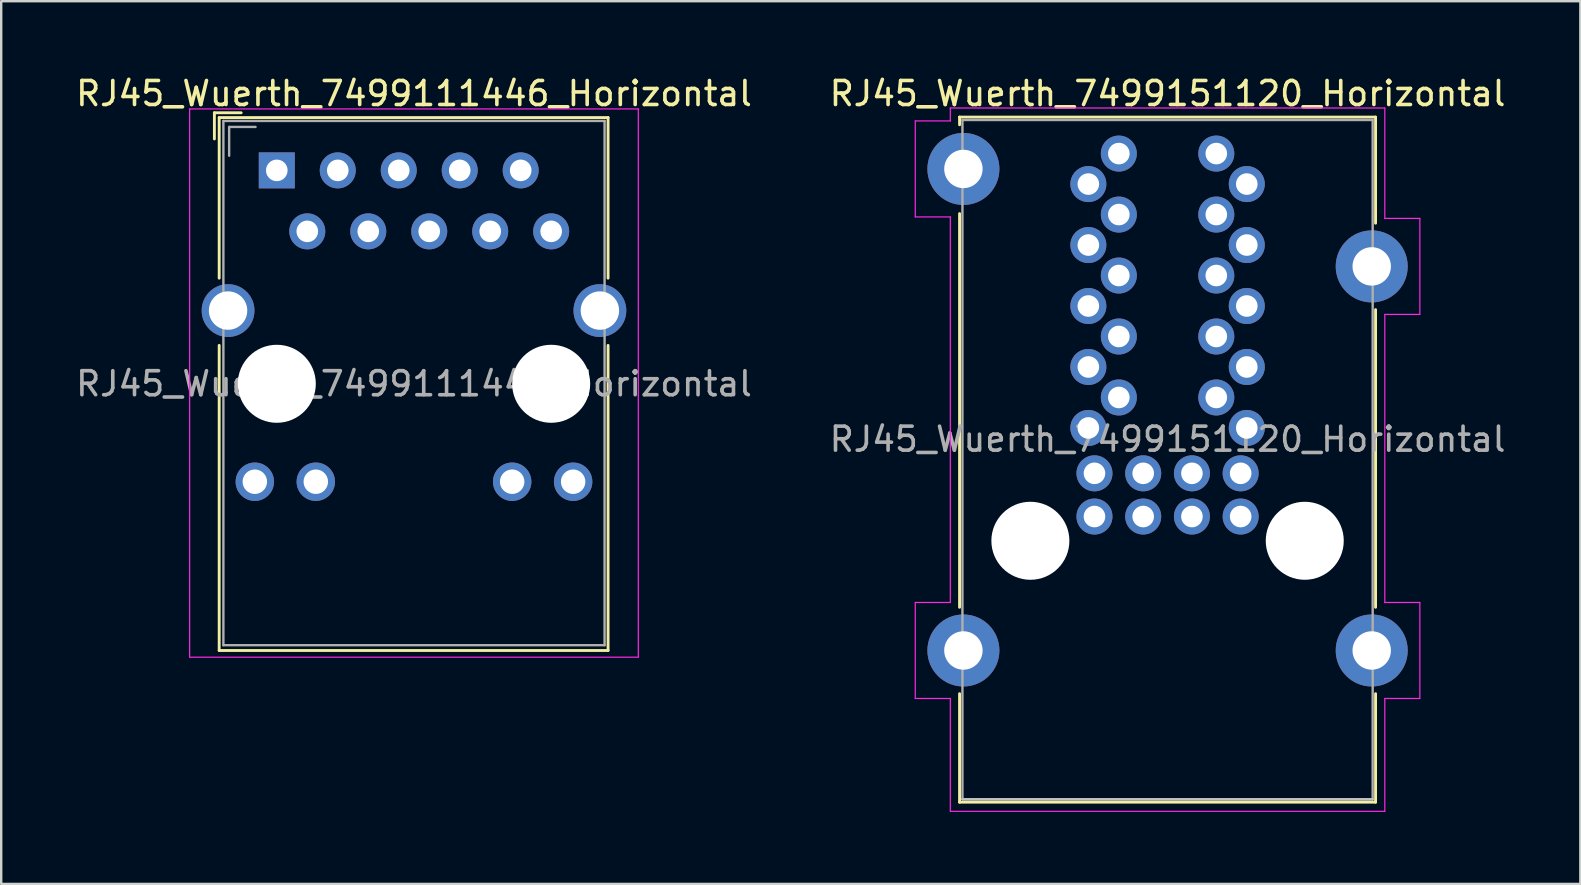
<source format=kicad_pcb>
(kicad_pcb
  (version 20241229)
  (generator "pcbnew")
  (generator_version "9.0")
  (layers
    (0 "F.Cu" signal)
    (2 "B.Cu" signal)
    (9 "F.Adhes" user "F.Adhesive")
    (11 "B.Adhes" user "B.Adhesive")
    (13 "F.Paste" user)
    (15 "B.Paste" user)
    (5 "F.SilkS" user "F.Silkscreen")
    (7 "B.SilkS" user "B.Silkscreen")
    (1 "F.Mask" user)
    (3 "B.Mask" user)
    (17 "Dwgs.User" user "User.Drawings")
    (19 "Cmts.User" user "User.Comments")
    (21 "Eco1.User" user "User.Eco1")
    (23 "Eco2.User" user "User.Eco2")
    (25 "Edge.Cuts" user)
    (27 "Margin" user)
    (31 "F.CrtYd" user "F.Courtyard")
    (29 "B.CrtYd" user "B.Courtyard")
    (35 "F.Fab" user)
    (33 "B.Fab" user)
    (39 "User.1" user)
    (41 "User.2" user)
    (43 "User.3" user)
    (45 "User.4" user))
  (footprint "RJ45_Wuerth_7499151120_Horizontal"
    (layer "F.Cu")
    (at 48.889 14.778)
    (property "Reference" "RJ45_Wuerth_7499151120_Horizontal" (at -3.3 -13.93 0) (layer "F.SilkS") (effects (font (size 1 1) (thickness 0.15))))
    (attr through_hole)
    (fp_line (start -11.965 -12.95) (end -11.965 -12.63) (stroke (width 0.12) (type solid)) (layer "F.SilkS"))
    (fp_line (start -11.965 -12.95) (end 5.365 -12.95) (stroke (width 0.12) (type solid)) (layer "F.SilkS"))
    (fp_line (start -11.965 -8.93) (end -11.965 7.47) (stroke (width 0.12) (type solid)) (layer "F.SilkS"))
    (fp_line (start -11.965 15.59) (end -11.965 11.07) (stroke (width 0.12) (type solid)) (layer "F.SilkS"))
    (fp_line (start 5.365 -12.95) (end 5.365 -8.53) (stroke (width 0.12) (type solid)) (layer "F.SilkS"))
    (fp_line (start 5.365 7.47) (end 5.365 -4.93) (stroke (width 0.12) (type solid)) (layer "F.SilkS"))
    (fp_line (start 5.365 15.59) (end -11.965 15.59) (stroke (width 0.12) (type solid)) (layer "F.SilkS"))
    (fp_line (start 5.365 15.59) (end 5.365 11.07) (stroke (width 0.12) (type solid)) (layer "F.SilkS"))
    (fp_line (start 5.245 15.47) (end -11.845 15.47) (stroke (width 0.1) (type solid)) (layer "Dwgs.User"))
    (fp_line (start -13.81 -12.79) (end -13.81 -8.79) (stroke (width 0.05) (type solid)) (layer "F.CrtYd"))
    (fp_line (start -13.81 -12.79) (end -12.35 -12.79) (stroke (width 0.05) (type solid)) (layer "F.CrtYd"))
    (fp_line (start -13.81 -8.79) (end -12.35 -8.79) (stroke (width 0.05) (type solid)) (layer "F.CrtYd"))
    (fp_line (start -13.81 7.27) (end -13.81 11.27) (stroke (width 0.05) (type solid)) (layer "F.CrtYd"))
    (fp_line (start -12.35 -13.33) (end -12.35 -12.79) (stroke (width 0.05) (type solid)) (layer "F.CrtYd"))
    (fp_line (start -12.35 -13.33) (end 5.75 -13.33) (stroke (width 0.05) (type solid)) (layer "F.CrtYd"))
    (fp_line (start -12.35 -8.79) (end -12.35 7.27) (stroke (width 0.05) (type solid)) (layer "F.CrtYd"))
    (fp_line (start -12.35 7.27) (end -13.81 7.27) (stroke (width 0.05) (type solid)) (layer "F.CrtYd"))
    (fp_line (start -12.35 11.27) (end -13.81 11.27) (stroke (width 0.05) (type solid)) (layer "F.CrtYd"))
    (fp_line (start -12.35 11.27) (end -12.35 15.97) (stroke (width 0.05) (type solid)) (layer "F.CrtYd"))
    (fp_line (start -12.35 15.97) (end 5.75 15.97) (stroke (width 0.05) (type solid)) (layer "F.CrtYd"))
    (fp_line (start 5.75 -13.33) (end 5.75 -8.73) (stroke (width 0.05) (type solid)) (layer "F.CrtYd"))
    (fp_line (start 5.75 -8.73) (end 7.21 -8.73) (stroke (width 0.05) (type solid)) (layer "F.CrtYd"))
    (fp_line (start 5.75 -4.73) (end 5.75 7.27) (stroke (width 0.05) (type solid)) (layer "F.CrtYd"))
    (fp_line (start 5.75 -4.73) (end 7.21 -4.73) (stroke (width 0.05) (type solid)) (layer "F.CrtYd"))
    (fp_line (start 5.75 7.27) (end 7.21 7.27) (stroke (width 0.05) (type solid)) (layer "F.CrtYd"))
    (fp_line (start 5.75 11.27) (end 5.75 15.97) (stroke (width 0.05) (type solid)) (layer "F.CrtYd"))
    (fp_line (start 5.75 11.27) (end 7.21 11.27) (stroke (width 0.05) (type solid)) (layer "F.CrtYd"))
    (fp_line (start 7.21 -8.73) (end 7.21 -4.73) (stroke (width 0.05) (type solid)) (layer "F.CrtYd"))
    (fp_line (start 7.21 7.27) (end 7.21 11.27) (stroke (width 0.05) (type solid)) (layer "F.CrtYd"))
    (fp_line (start -11.845 -12.83) (end 5.245 -12.83) (stroke (width 0.1) (type solid)) (layer "F.Fab"))
    (fp_line (start -11.845 15.47) (end -11.845 -12.83) (stroke (width 0.1) (type solid)) (layer "F.Fab"))
    (fp_line (start 5.245 -12.83) (end 5.245 15.47) (stroke (width 0.1) (type solid)) (layer "F.Fab"))
    (fp_line (start 5.245 15.47) (end -11.845 15.47) (stroke (width 0.1) (type solid)) (layer "F.Fab"))
    (fp_text user "${REFERENCE}" (at -3.3 0.47 0) (layer "F.Fab") (effects (font (size 1 1) (thickness 0.15))))
    (pad "" np_thru_hole circle (at -9.015 4.7) (size 3.25 3.25) (drill 3.25) (layers "*.Cu" "*.Mask"))
    (pad "" np_thru_hole circle (at 2.415 4.7) (size 3.25 3.25) (drill 3.25) (layers "*.Cu" "*.Mask"))
    (pad "1D" thru_hole circle (at -6.6 0) (size 1.5 1.5) (drill 0.9) (layers "*.Cu" "*.Mask"))
    (pad "1U" thru_hole circle (at 0 0) (size 1.5 1.5) (drill 0.9) (layers "*.Cu" "*.Mask"))
    (pad "2D" thru_hole circle (at -5.33 -1.27) (size 1.5 1.5) (drill 0.9) (layers "*.Cu" "*.Mask"))
    (pad "2U" thru_hole circle (at -1.27 -1.27) (size 1.5 1.5) (drill 0.9) (layers "*.Cu" "*.Mask"))
    (pad "3D" thru_hole circle (at -6.6 -2.54) (size 1.5 1.5) (drill 0.9) (layers "*.Cu" "*.Mask"))
    (pad "3U" thru_hole circle (at 0 -2.54) (size 1.5 1.5) (drill 0.9) (layers "*.Cu" "*.Mask"))
    (pad "4D" thru_hole circle (at -5.33 -3.81) (size 1.5 1.5) (drill 0.9) (layers "*.Cu" "*.Mask"))
    (pad "4U" thru_hole circle (at -1.27 -3.81) (size 1.5 1.5) (drill 0.9) (layers "*.Cu" "*.Mask"))
    (pad "5D" thru_hole circle (at -6.6 -5.08) (size 1.5 1.5) (drill 0.9) (layers "*.Cu" "*.Mask"))
    (pad "5U" thru_hole circle (at 0 -5.08) (size 1.5 1.5) (drill 0.9) (layers "*.Cu" "*.Mask"))
    (pad "6D" thru_hole circle (at -5.33 -6.35) (size 1.5 1.5) (drill 0.9) (layers "*.Cu" "*.Mask"))
    (pad "6U" thru_hole circle (at -1.27 -6.35) (size 1.5 1.5) (drill 0.9) (layers "*.Cu" "*.Mask"))
    (pad "7D" thru_hole circle (at -6.6 -7.62) (size 1.5 1.5) (drill 0.9) (layers "*.Cu" "*.Mask"))
    (pad "7U" thru_hole circle (at 0 -7.62) (size 1.5 1.5) (drill 0.9) (layers "*.Cu" "*.Mask"))
    (pad "8D" thru_hole circle (at -5.33 -8.89) (size 1.5 1.5) (drill 0.9) (layers "*.Cu" "*.Mask"))
    (pad "8U" thru_hole circle (at -1.27 -8.89) (size 1.5 1.5) (drill 0.9) (layers "*.Cu" "*.Mask"))
    (pad "9D" thru_hole circle (at -6.6 -10.16) (size 1.5 1.5) (drill 0.9) (layers "*.Cu" "*.Mask"))
    (pad "9U" thru_hole circle (at 0 -10.16) (size 1.5 1.5) (drill 0.9) (layers "*.Cu" "*.Mask"))
    (pad "10D" thru_hole circle (at -5.33 -11.43) (size 1.5 1.5) (drill 0.9) (layers "*.Cu" "*.Mask"))
    (pad "10U" thru_hole circle (at -1.27 -11.43) (size 1.5 1.5) (drill 0.9) (layers "*.Cu" "*.Mask"))
    (pad "11D" thru_hole circle (at -0.255 3.69) (size 1.5 1.5) (drill 0.9) (layers "*.Cu" "*.Mask"))
    (pad "11U" thru_hole circle (at -0.255 1.89) (size 1.5 1.5) (drill 0.9) (layers "*.Cu" "*.Mask"))
    (pad "12D" thru_hole circle (at -2.285 3.69) (size 1.5 1.5) (drill 0.9) (layers "*.Cu" "*.Mask"))
    (pad "12U" thru_hole circle (at -2.285 1.89) (size 1.5 1.5) (drill 0.9) (layers "*.Cu" "*.Mask"))
    (pad "13D" thru_hole circle (at -4.315 3.69) (size 1.5 1.5) (drill 0.9) (layers "*.Cu" "*.Mask"))
    (pad "13U" thru_hole circle (at -4.315 1.89) (size 1.5 1.5) (drill 0.9) (layers "*.Cu" "*.Mask"))
    (pad "14D" thru_hole circle (at -6.345 3.69) (size 1.5 1.5) (drill 0.9) (layers "*.Cu" "*.Mask"))
    (pad "14U" thru_hole circle (at -6.345 1.89) (size 1.5 1.5) (drill 0.9) (layers "*.Cu" "*.Mask"))
    (pad "SH" thru_hole circle (at -11.805 -10.79) (size 3 3) (drill 1.6) (layers "*.Cu" "*.Mask"))
    (pad "SH" thru_hole circle (at -11.805 9.27) (size 3 3) (drill 1.6) (layers "*.Cu" "*.Mask"))
    (pad "SH" thru_hole circle (at 5.205 -6.73) (size 3 3) (drill 1.6) (layers "*.Cu" "*.Mask"))
    (pad "SH" thru_hole circle (at 5.205 9.27) (size 3 3) (drill 1.6) (layers "*.Cu" "*.Mask")))
  (footprint "RJ45_Wuerth_7499111446_Horizontal"
    (layer "F.Cu")
    (at 8.481 4.048)
    (property "Reference" "RJ45_Wuerth_7499111446_Horizontal" (at 5.715 -3.2 180) (layer "F.SilkS") (effects (font (size 1 1) (thickness 0.15))))
    (attr through_hole)
    (fp_line (start -2.6 -2.4) (end -1.485 -2.4) (stroke (width 0.12) (type solid)) (layer "F.SilkS"))
    (fp_line (start -2.6 -1.31) (end -2.6 -2.4) (stroke (width 0.12) (type solid)) (layer "F.SilkS"))
    (fp_line (start -2.4 -2.2) (end -2.4 4.49) (stroke (width 0.12) (type solid)) (layer "F.SilkS"))
    (fp_line (start -2.4 7.29) (end -2.4 20) (stroke (width 0.12) (type solid)) (layer "F.SilkS"))
    (fp_line (start 13.8 -2.2) (end -2.4 -2.2) (stroke (width 0.12) (type solid)) (layer "F.SilkS"))
    (fp_line (start 13.8 4.49) (end 13.8 -2.2) (stroke (width 0.12) (type solid)) (layer "F.SilkS"))
    (fp_line (start 13.8 20) (end -2.4 20) (stroke (width 0.12) (type solid)) (layer "F.SilkS"))
    (fp_line (start 13.8 20) (end 13.8 7.29) (stroke (width 0.12) (type solid)) (layer "F.SilkS"))
    (fp_line (start -3.63 -2.56) (end 15.06 -2.56) (stroke (width 0.05) (type solid)) (layer "F.CrtYd"))
    (fp_line (start -3.63 20.28) (end -3.63 -2.56) (stroke (width 0.05) (type solid)) (layer "F.CrtYd"))
    (fp_line (start 15.06 -2.56) (end 15.06 20.28) (stroke (width 0.05) (type solid)) (layer "F.CrtYd"))
    (fp_line (start 15.06 20.28) (end -3.63 20.28) (stroke (width 0.05) (type solid)) (layer "F.CrtYd"))
    (fp_line (start -2.225 19.78) (end -2.225 -2.06) (stroke (width 0.1) (type solid)) (layer "F.Fab"))
    (fp_line (start -1.985 -1.81) (end -0.885 -1.81) (stroke (width 0.1) (type solid)) (layer "F.Fab"))
    (fp_line (start -1.985 -0.61) (end -1.985 -1.81) (stroke (width 0.1) (type solid)) (layer "F.Fab"))
    (fp_line (start 13.655 -2.06) (end -2.225 -2.06) (stroke (width 0.1) (type solid)) (layer "F.Fab"))
    (fp_line (start 13.655 19.78) (end -2.225 19.78) (stroke (width 0.1) (type solid)) (layer "F.Fab"))
    (fp_line (start 13.655 19.78) (end 13.655 -2.06) (stroke (width 0.1) (type solid)) (layer "F.Fab"))
    (fp_text user "${REFERENCE}" (at 5.715 8.89 180) (layer "F.Fab") (effects (font (size 1 1) (thickness 0.15))))
    (pad "" np_thru_hole circle (at 0 8.89 180) (size 3.25 3.25) (drill 3.25) (layers "*.Cu" "*.Mask"))
    (pad "" np_thru_hole circle (at 11.43 8.89 180) (size 3.25 3.25) (drill 3.25) (layers "*.Cu" "*.Mask"))
    (pad "1" thru_hole rect (at 0 0 180) (size 1.5 1.5) (drill 0.9) (layers "*.Cu" "*.Mask"))
    (pad "2" thru_hole circle (at 1.27 2.54 180) (size 1.5 1.5) (drill 0.9) (layers "*.Cu" "*.Mask"))
    (pad "3" thru_hole circle (at 2.54 0 180) (size 1.5 1.5) (drill 0.9) (layers "*.Cu" "*.Mask"))
    (pad "4" thru_hole circle (at 3.81 2.54 180) (size 1.5 1.5) (drill 0.9) (layers "*.Cu" "*.Mask"))
    (pad "5" thru_hole circle (at 5.08 0 180) (size 1.5 1.5) (drill 0.9) (layers "*.Cu" "*.Mask"))
    (pad "6" thru_hole circle (at 6.35 2.54 180) (size 1.5 1.5) (drill 0.9) (layers "*.Cu" "*.Mask"))
    (pad "7" thru_hole circle (at 7.62 0 180) (size 1.5 1.5) (drill 0.9) (layers "*.Cu" "*.Mask"))
    (pad "8" thru_hole circle (at 8.89 2.54 180) (size 1.5 1.5) (drill 0.9) (layers "*.Cu" "*.Mask"))
    (pad "9" thru_hole circle (at 10.16 0 180) (size 1.5 1.5) (drill 0.9) (layers "*.Cu" "*.Mask"))
    (pad "10" thru_hole circle (at 11.43 2.54 180) (size 1.5 1.5) (drill 0.9) (layers "*.Cu" "*.Mask"))
    (pad "11" thru_hole circle (at -0.915 12.97 180) (size 1.6 1.6) (drill 1.02) (layers "*.Cu" "*.Mask"))
    (pad "12" thru_hole circle (at 1.625 12.97 180) (size 1.6 1.6) (drill 1.02) (layers "*.Cu" "*.Mask"))
    (pad "13" thru_hole circle (at 9.805 12.97 180) (size 1.6 1.6) (drill 1.02) (layers "*.Cu" "*.Mask"))
    (pad "14" thru_hole circle (at 12.345 12.97 180) (size 1.6 1.6) (drill 1.02) (layers "*.Cu" "*.Mask"))
    (pad "SH" thru_hole circle (at -2.03 5.84 180) (size 2.2 2.2) (drill 1.6) (layers "*.Cu" "*.Mask"))
    (pad "SH" thru_hole circle (at 13.46 5.84 180) (size 2.2 2.2) (drill 1.6) (layers "*.Cu" "*.Mask")))
  (gr_rect
    (start -3 -3)
    (end 62.786 33.773)
    (stroke (width 0.1) (type default))
    (fill no)
    (layer "Edge.Cuts")))
</source>
